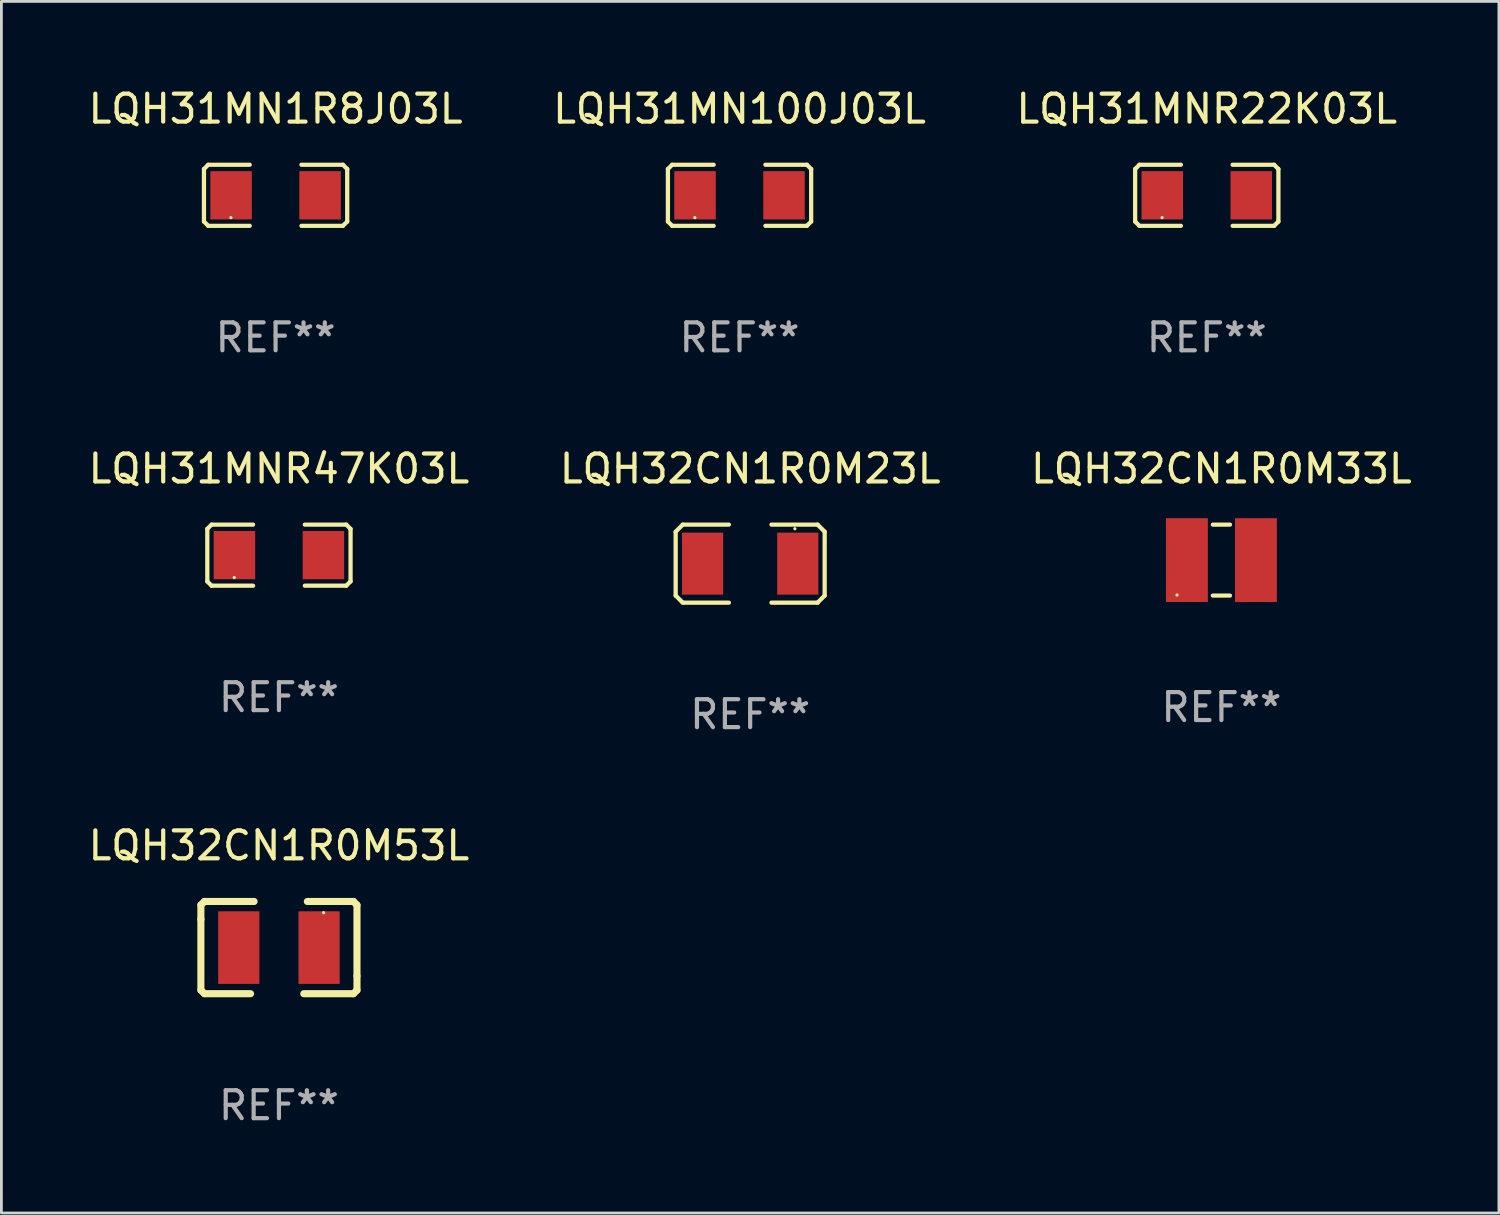
<source format=kicad_pcb>
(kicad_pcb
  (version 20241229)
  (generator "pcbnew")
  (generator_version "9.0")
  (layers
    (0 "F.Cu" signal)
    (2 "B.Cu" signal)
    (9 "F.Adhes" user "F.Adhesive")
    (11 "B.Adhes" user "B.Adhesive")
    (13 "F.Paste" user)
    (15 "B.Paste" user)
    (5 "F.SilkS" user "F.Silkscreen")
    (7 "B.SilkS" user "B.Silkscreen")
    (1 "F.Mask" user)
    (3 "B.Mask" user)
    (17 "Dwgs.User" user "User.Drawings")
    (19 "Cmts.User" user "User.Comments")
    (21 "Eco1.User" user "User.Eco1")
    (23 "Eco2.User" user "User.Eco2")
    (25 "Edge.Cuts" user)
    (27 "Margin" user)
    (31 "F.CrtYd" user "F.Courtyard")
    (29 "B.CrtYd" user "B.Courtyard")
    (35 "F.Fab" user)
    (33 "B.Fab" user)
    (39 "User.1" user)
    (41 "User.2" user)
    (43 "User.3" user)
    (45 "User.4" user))
  (footprint "LQH31MNR47K03L"
    (layer "F.Cu")
    (at 6.935 16.823)
    (property "Reference" "LQH31MNR47K03L" (at 0 -3.093 0) (layer "F.SilkS") (effects (font (size 1 1) (thickness 0.15))))
    (attr through_hole)
    (fp_line (start -2.564 -0.94) (end -2.411 -1.093) (stroke (width 0.152) (type solid)) (layer "F.SilkS"))
    (fp_line (start -2.564 0.94) (end -2.564 -0.94) (stroke (width 0.152) (type solid)) (layer "F.SilkS"))
    (fp_line (start -2.411 -1.093) (end -0.926 -1.093) (stroke (width 0.152) (type solid)) (layer "F.SilkS"))
    (fp_line (start -2.411 1.093) (end -2.564 0.94) (stroke (width 0.152) (type solid)) (layer "F.SilkS"))
    (fp_line (start -0.926 1.093) (end -2.411 1.093) (stroke (width 0.152) (type solid)) (layer "F.SilkS"))
    (fp_line (start 0.926 1.093) (end 2.411 1.093) (stroke (width 0.152) (type solid)) (layer "F.SilkS"))
    (fp_line (start 2.411 -1.093) (end 0.926 -1.093) (stroke (width 0.152) (type solid)) (layer "F.SilkS"))
    (fp_line (start 2.411 1.093) (end 2.564 0.94) (stroke (width 0.152) (type solid)) (layer "F.SilkS"))
    (fp_line (start 2.564 -0.94) (end 2.411 -1.093) (stroke (width 0.152) (type solid)) (layer "F.SilkS"))
    (fp_line (start 2.564 0.94) (end 2.564 -0.94) (stroke (width 0.152) (type solid)) (layer "F.SilkS"))
    (fp_circle (center -1.6 0.8) (end -1.57 0.8) (stroke (width 0.06) (type solid)) (fill no) (layer "F.SilkS"))
    (fp_text user "REF**" (at 0 5.093 0) (layer "F.Fab") (effects (font (size 1 1) (thickness 0.15))))
    (pad "1" smd rect (at -1.593 0) (size 1.485 1.728) (layers "F.Cu" "F.Mask" "F.Paste"))
    (pad "2" smd rect (at 1.593 0) (size 1.485 1.728) (layers "F.Cu" "F.Mask" "F.Paste")))
  (footprint "LQH32CN1R0M33L"
    (layer "F.Cu")
    (at 40.673 17)
    (property "Reference" "LQH32CN1R0M33L" (at 0 -3.27 0) (layer "F.SilkS") (effects (font (size 1 1) (thickness 0.15))))
    (attr through_hole)
    (fp_line (start -0.307 -1.27) (end 0.307 -1.27) (stroke (width 0.15) (type solid)) (layer "F.SilkS"))
    (fp_line (start -0.307 1.27) (end 0.307 1.27) (stroke (width 0.15) (type solid)) (layer "F.SilkS"))
    (fp_circle (center -1.589 1.25) (end -1.559 1.25) (stroke (width 0.06) (type solid)) (fill no) (layer "F.SilkS"))
    (fp_text user "REF**" (at 0 5.27 0) (layer "F.Fab") (effects (font (size 1 1) (thickness 0.15))))
    (pad "1" smd rect (at -1.236 0) (size 1.5 3) (layers "F.Cu" "F.Mask" "F.Paste"))
    (pad "2" smd rect (at 1.236 0) (size 1.5 3) (layers "F.Cu" "F.Mask" "F.Paste")))
  (footprint "LQH31MNR22K03L"
    (layer "F.Cu")
    (at 40.149 3.941)
    (property "Reference" "LQH31MNR22K03L" (at 0 -3.093 0) (layer "F.SilkS") (effects (font (size 1 1) (thickness 0.15))))
    (attr through_hole)
    (fp_line (start -2.564 -0.94) (end -2.411 -1.093) (stroke (width 0.152) (type solid)) (layer "F.SilkS"))
    (fp_line (start -2.564 0.94) (end -2.564 -0.94) (stroke (width 0.152) (type solid)) (layer "F.SilkS"))
    (fp_line (start -2.411 -1.093) (end -0.926 -1.093) (stroke (width 0.152) (type solid)) (layer "F.SilkS"))
    (fp_line (start -2.411 1.093) (end -2.564 0.94) (stroke (width 0.152) (type solid)) (layer "F.SilkS"))
    (fp_line (start -0.926 1.093) (end -2.411 1.093) (stroke (width 0.152) (type solid)) (layer "F.SilkS"))
    (fp_line (start 0.926 1.093) (end 2.411 1.093) (stroke (width 0.152) (type solid)) (layer "F.SilkS"))
    (fp_line (start 2.411 -1.093) (end 0.926 -1.093) (stroke (width 0.152) (type solid)) (layer "F.SilkS"))
    (fp_line (start 2.411 1.093) (end 2.564 0.94) (stroke (width 0.152) (type solid)) (layer "F.SilkS"))
    (fp_line (start 2.564 -0.94) (end 2.411 -1.093) (stroke (width 0.152) (type solid)) (layer "F.SilkS"))
    (fp_line (start 2.564 0.94) (end 2.564 -0.94) (stroke (width 0.152) (type solid)) (layer "F.SilkS"))
    (fp_circle (center -1.6 0.8) (end -1.57 0.8) (stroke (width 0.06) (type solid)) (fill no) (layer "F.SilkS"))
    (fp_text user "REF**" (at 0 5.093 0) (layer "F.Fab") (effects (font (size 1 1) (thickness 0.15))))
    (pad "1" smd rect (at -1.593 0) (size 1.485 1.728) (layers "F.Cu" "F.Mask" "F.Paste"))
    (pad "2" smd rect (at 1.593 0) (size 1.485 1.728) (layers "F.Cu" "F.Mask" "F.Paste")))
  (footprint "LQH31MN1R8J03L"
    (layer "F.Cu")
    (at 6.815 3.941)
    (property "Reference" "LQH31MN1R8J03L" (at 0 -3.093 0) (layer "F.SilkS") (effects (font (size 1 1) (thickness 0.15))))
    (attr through_hole)
    (fp_line (start -2.564 -0.94) (end -2.411 -1.093) (stroke (width 0.152) (type solid)) (layer "F.SilkS"))
    (fp_line (start -2.564 0.94) (end -2.564 -0.94) (stroke (width 0.152) (type solid)) (layer "F.SilkS"))
    (fp_line (start -2.411 -1.093) (end -0.926 -1.093) (stroke (width 0.152) (type solid)) (layer "F.SilkS"))
    (fp_line (start -2.411 1.093) (end -2.564 0.94) (stroke (width 0.152) (type solid)) (layer "F.SilkS"))
    (fp_line (start -0.926 1.093) (end -2.411 1.093) (stroke (width 0.152) (type solid)) (layer "F.SilkS"))
    (fp_line (start 0.926 1.093) (end 2.411 1.093) (stroke (width 0.152) (type solid)) (layer "F.SilkS"))
    (fp_line (start 2.411 -1.093) (end 0.926 -1.093) (stroke (width 0.152) (type solid)) (layer "F.SilkS"))
    (fp_line (start 2.411 1.093) (end 2.564 0.94) (stroke (width 0.152) (type solid)) (layer "F.SilkS"))
    (fp_line (start 2.564 -0.94) (end 2.411 -1.093) (stroke (width 0.152) (type solid)) (layer "F.SilkS"))
    (fp_line (start 2.564 0.94) (end 2.564 -0.94) (stroke (width 0.152) (type solid)) (layer "F.SilkS"))
    (fp_circle (center -1.6 0.8) (end -1.57 0.8) (stroke (width 0.06) (type solid)) (fill no) (layer "F.SilkS"))
    (fp_text user "REF**" (at 0 5.093 0) (layer "F.Fab") (effects (font (size 1 1) (thickness 0.15))))
    (pad "1" smd rect (at -1.593 0) (size 1.485 1.728) (layers "F.Cu" "F.Mask" "F.Paste"))
    (pad "2" smd rect (at 1.593 0) (size 1.485 1.728) (layers "F.Cu" "F.Mask" "F.Paste")))
  (footprint "LQH32CN1R0M53L"
    (layer "F.Cu")
    (at 6.935 30.871)
    (property "Reference" "LQH32CN1R0M53L" (at 0 -3.651 0) (layer "F.SilkS") (effects (font (size 1 1) (thickness 0.15))))
    (attr through_hole)
    (fp_line (start -2.794 -1.524) (end -2.794 -1.016) (stroke (width 0.254) (type solid)) (layer "F.SilkS"))
    (fp_line (start -2.794 -1.016) (end -2.794 1.524) (stroke (width 0.254) (type solid)) (layer "F.SilkS"))
    (fp_line (start -2.794 1.524) (end -2.667 1.651) (stroke (width 0.254) (type solid)) (layer "F.SilkS"))
    (fp_line (start -2.667 -1.651) (end -2.794 -1.524) (stroke (width 0.254) (type solid)) (layer "F.SilkS"))
    (fp_line (start -2.667 1.651) (end -1.016 1.651) (stroke (width 0.254) (type solid)) (layer "F.SilkS"))
    (fp_line (start -0.889 -1.651) (end -2.667 -1.651) (stroke (width 0.254) (type solid)) (layer "F.SilkS"))
    (fp_line (start 0.889 1.651) (end 2.667 1.651) (stroke (width 0.254) (type solid)) (layer "F.SilkS"))
    (fp_line (start 2.667 -1.651) (end 1.016 -1.651) (stroke (width 0.254) (type solid)) (layer "F.SilkS"))
    (fp_line (start 2.667 1.651) (end 2.794 1.524) (stroke (width 0.254) (type solid)) (layer "F.SilkS"))
    (fp_line (start 2.794 -1.524) (end 2.667 -1.651) (stroke (width 0.254) (type solid)) (layer "F.SilkS"))
    (fp_line (start 2.794 1.016) (end 2.794 -1.524) (stroke (width 0.254) (type solid)) (layer "F.SilkS"))
    (fp_line (start 2.794 1.524) (end 2.794 1.016) (stroke (width 0.254) (type solid)) (layer "F.SilkS"))
    (fp_circle (center 1.6 -1.25) (end 1.63 -1.25) (stroke (width 0.06) (type solid)) (fill no) (layer "F.SilkS"))
    (fp_text user "REF**" (at 0 5.651 0) (layer "F.Fab") (effects (font (size 1 1) (thickness 0.15))))
    (pad "1" smd rect (at 1.437 0) (size 1.474 2.6) (layers "F.Cu" "F.Mask" "F.Paste"))
    (pad "2" smd rect (at -1.437 0) (size 1.474 2.6) (layers "F.Cu" "F.Mask" "F.Paste")))
  (footprint "LQH32CN1R0M23L"
    (layer "F.Cu")
    (at 23.804 17.127)
    (property "Reference" "LQH32CN1R0M23L" (at 0 -3.397 0) (layer "F.SilkS") (effects (font (size 1 1) (thickness 0.15))))
    (attr through_hole)
    (fp_line (start -2.667 -1.143) (end -2.413 -1.397) (stroke (width 0.152) (type solid)) (layer "F.SilkS"))
    (fp_line (start -2.667 1.143) (end -2.667 -1.143) (stroke (width 0.152) (type solid)) (layer "F.SilkS"))
    (fp_line (start -2.413 -1.397) (end -0.762 -1.397) (stroke (width 0.152) (type solid)) (layer "F.SilkS"))
    (fp_line (start -2.413 1.397) (end -2.667 1.143) (stroke (width 0.152) (type solid)) (layer "F.SilkS"))
    (fp_line (start -0.762 1.397) (end -2.413 1.397) (stroke (width 0.152) (type solid)) (layer "F.SilkS"))
    (fp_line (start 0.762 -1.397) (end 2.413 -1.397) (stroke (width 0.152) (type solid)) (layer "F.SilkS"))
    (fp_line (start 2.413 -1.397) (end 2.667 -1.143) (stroke (width 0.152) (type solid)) (layer "F.SilkS"))
    (fp_line (start 2.413 1.397) (end 0.762 1.397) (stroke (width 0.152) (type solid)) (layer "F.SilkS"))
    (fp_line (start 2.667 -1.143) (end 2.667 1.143) (stroke (width 0.152) (type solid)) (layer "F.SilkS"))
    (fp_line (start 2.667 1.143) (end 2.413 1.397) (stroke (width 0.152) (type solid)) (layer "F.SilkS"))
    (fp_circle (center 1.6 -1.25) (end 1.63 -1.25) (stroke (width 0.06) (type solid)) (fill no) (layer "F.SilkS"))
    (fp_text user "REF**" (at 0 5.397 0) (layer "F.Fab") (effects (font (size 1 1) (thickness 0.15))))
    (pad "1" smd rect (at 1.703 0) (size 1.474 2.22) (layers "F.Cu" "F.Mask" "F.Paste"))
    (pad "2" smd rect (at -1.703 0) (size 1.474 2.22) (layers "F.Cu" "F.Mask" "F.Paste")))
  (footprint "LQH31MN100J03L"
    (layer "F.Cu")
    (at 23.423 3.941)
    (property "Reference" "LQH31MN100J03L" (at 0 -3.093 0) (layer "F.SilkS") (effects (font (size 1 1) (thickness 0.15))))
    (attr through_hole)
    (fp_line (start -2.564 -0.94) (end -2.411 -1.093) (stroke (width 0.152) (type solid)) (layer "F.SilkS"))
    (fp_line (start -2.564 0.94) (end -2.564 -0.94) (stroke (width 0.152) (type solid)) (layer "F.SilkS"))
    (fp_line (start -2.411 -1.093) (end -0.926 -1.093) (stroke (width 0.152) (type solid)) (layer "F.SilkS"))
    (fp_line (start -2.411 1.093) (end -2.564 0.94) (stroke (width 0.152) (type solid)) (layer "F.SilkS"))
    (fp_line (start -0.926 1.093) (end -2.411 1.093) (stroke (width 0.152) (type solid)) (layer "F.SilkS"))
    (fp_line (start 0.926 1.093) (end 2.411 1.093) (stroke (width 0.152) (type solid)) (layer "F.SilkS"))
    (fp_line (start 2.411 -1.093) (end 0.926 -1.093) (stroke (width 0.152) (type solid)) (layer "F.SilkS"))
    (fp_line (start 2.411 1.093) (end 2.564 0.94) (stroke (width 0.152) (type solid)) (layer "F.SilkS"))
    (fp_line (start 2.564 -0.94) (end 2.411 -1.093) (stroke (width 0.152) (type solid)) (layer "F.SilkS"))
    (fp_line (start 2.564 0.94) (end 2.564 -0.94) (stroke (width 0.152) (type solid)) (layer "F.SilkS"))
    (fp_circle (center -1.6 0.8) (end -1.57 0.8) (stroke (width 0.06) (type solid)) (fill no) (layer "F.SilkS"))
    (fp_text user "REF**" (at 0 5.093 0) (layer "F.Fab") (effects (font (size 1 1) (thickness 0.15))))
    (pad "1" smd rect (at -1.593 0) (size 1.485 1.728) (layers "F.Cu" "F.Mask" "F.Paste"))
    (pad "2" smd rect (at 1.593 0) (size 1.485 1.728) (layers "F.Cu" "F.Mask" "F.Paste")))
  (gr_rect
    (start -3 -3)
    (end 50.607 40.371)
    (stroke (width 0.1) (type default))
    (fill no)
    (layer "Edge.Cuts")))
</source>
